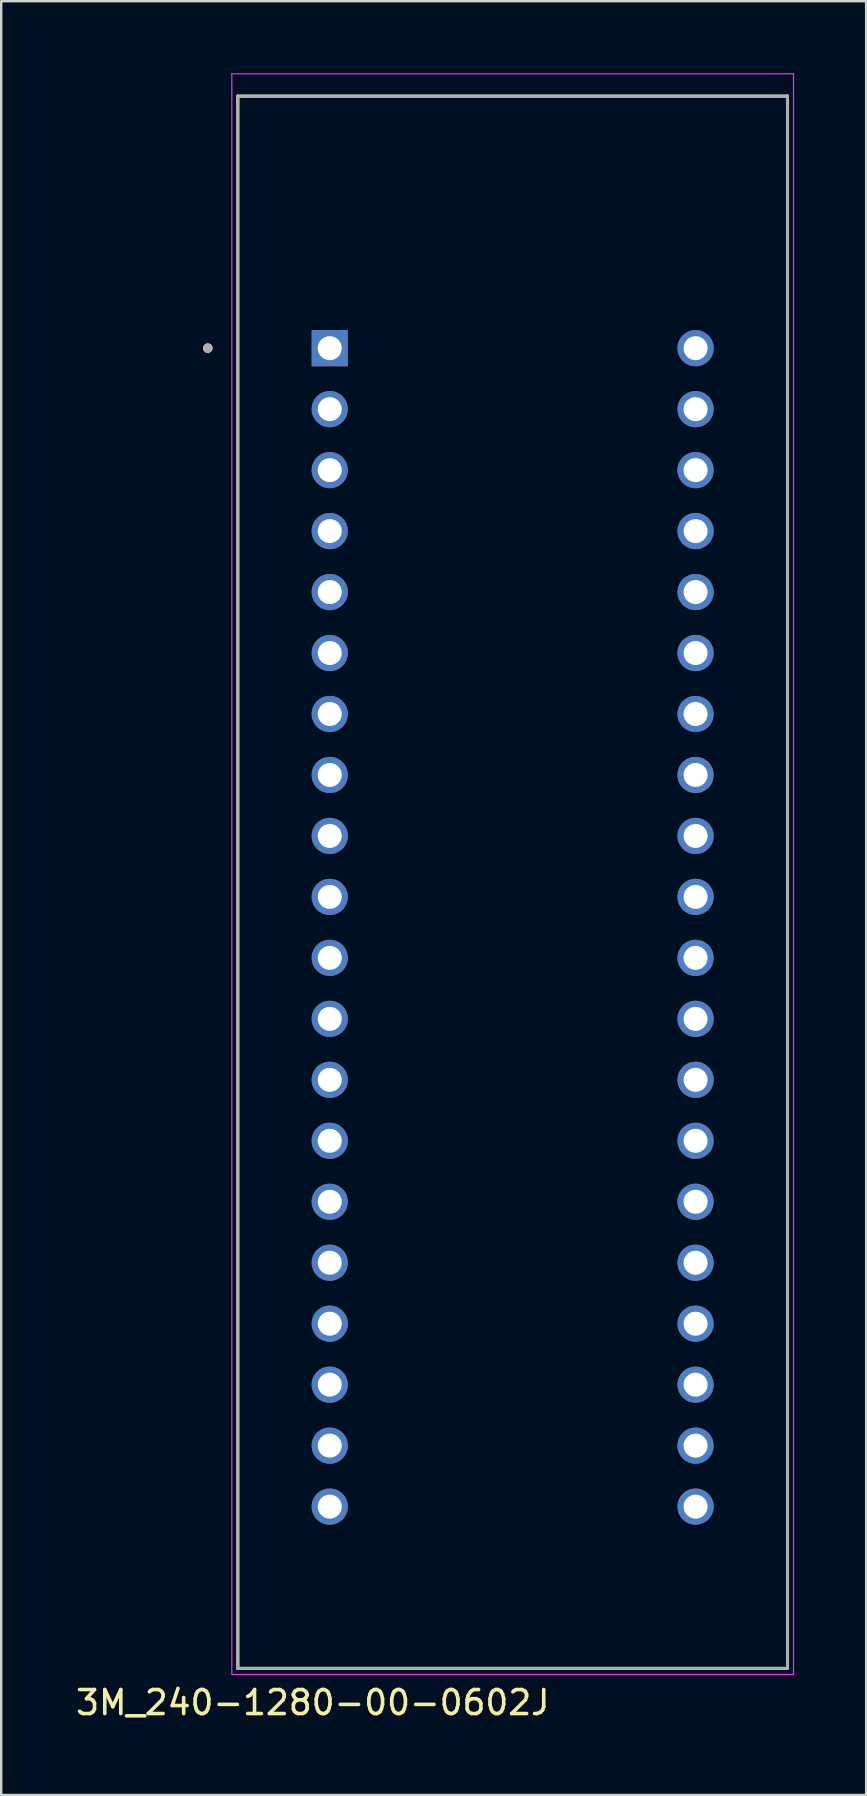
<source format=kicad_pcb>
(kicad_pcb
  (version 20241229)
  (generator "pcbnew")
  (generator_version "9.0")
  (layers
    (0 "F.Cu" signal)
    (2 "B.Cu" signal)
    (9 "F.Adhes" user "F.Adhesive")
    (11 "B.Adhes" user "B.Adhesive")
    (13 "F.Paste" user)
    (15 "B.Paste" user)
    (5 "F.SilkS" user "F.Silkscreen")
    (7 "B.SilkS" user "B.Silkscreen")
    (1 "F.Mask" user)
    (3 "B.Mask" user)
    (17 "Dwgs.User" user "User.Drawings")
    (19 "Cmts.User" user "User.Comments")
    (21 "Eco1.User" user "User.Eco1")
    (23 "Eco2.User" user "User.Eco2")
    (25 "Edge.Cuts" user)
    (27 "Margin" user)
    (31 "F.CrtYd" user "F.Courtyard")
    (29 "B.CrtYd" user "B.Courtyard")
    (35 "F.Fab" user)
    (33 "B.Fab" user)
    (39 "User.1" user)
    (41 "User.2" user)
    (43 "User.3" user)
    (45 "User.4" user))
  (footprint "3M_240-1280-00-0602J"
    (layer "F.Cu")
    (at 18.307 35.585)
    (property "Reference" "3M_240-1280-00-0602J" (at -8.325 32.295 0) (layer "F.SilkS") (effects (font (size 1 1) (thickness 0.15))))
    (attr through_hole)
    (fp_line (start -11.45 -34.63) (end -11.45 30.87) (stroke (width 0.127) (type solid)) (layer "F.SilkS"))
    (fp_line (start -11.45 30.87) (end 11.45 30.87) (stroke (width 0.127) (type solid)) (layer "F.SilkS"))
    (fp_line (start 11.45 -34.63) (end -11.45 -34.63) (stroke (width 0.127) (type solid)) (layer "F.SilkS"))
    (fp_line (start 11.45 30.87) (end 11.45 -34.63) (stroke (width 0.127) (type solid)) (layer "F.SilkS"))
    (fp_circle (center -12.7 -24.13) (end -12.6 -24.13) (stroke (width 0.2) (type solid)) (fill no) (layer "F.SilkS"))
    (fp_line (start -11.7 -35.56) (end 11.7 -35.56) (stroke (width 0.05) (type solid)) (layer "F.CrtYd"))
    (fp_line (start -11.7 31.12) (end -11.7 -35.56) (stroke (width 0.05) (type solid)) (layer "F.CrtYd"))
    (fp_line (start 11.7 -35.56) (end 11.7 31.12) (stroke (width 0.05) (type solid)) (layer "F.CrtYd"))
    (fp_line (start 11.7 31.12) (end -11.7 31.12) (stroke (width 0.05) (type solid)) (layer "F.CrtYd"))
    (fp_line (start -11.45 -34.63) (end -11.45 30.87) (stroke (width 0.127) (type solid)) (layer "F.Fab"))
    (fp_line (start -11.45 30.87) (end 11.45 30.87) (stroke (width 0.127) (type solid)) (layer "F.Fab"))
    (fp_line (start 11.45 -34.63) (end -11.45 -34.63) (stroke (width 0.127) (type solid)) (layer "F.Fab"))
    (fp_line (start 11.45 30.87) (end 11.45 -34.63) (stroke (width 0.127) (type solid)) (layer "F.Fab"))
    (fp_circle (center -12.7 -24.13) (end -12.6 -24.13) (stroke (width 0.2) (type solid)) (fill no) (layer "F.Fab"))
    (pad "1" thru_hole rect (at -7.62 -24.13) (size 1.508 1.508) (drill 1) (layers "*.Cu" "*.Mask"))
    (pad "2" thru_hole circle (at -7.62 -21.59) (size 1.508 1.508) (drill 1) (layers "*.Cu" "*.Mask"))
    (pad "3" thru_hole circle (at -7.62 -19.05) (size 1.508 1.508) (drill 1) (layers "*.Cu" "*.Mask"))
    (pad "4" thru_hole circle (at -7.62 -16.51) (size 1.508 1.508) (drill 1) (layers "*.Cu" "*.Mask"))
    (pad "5" thru_hole circle (at -7.62 -13.97) (size 1.508 1.508) (drill 1) (layers "*.Cu" "*.Mask"))
    (pad "6" thru_hole circle (at -7.62 -11.43) (size 1.508 1.508) (drill 1) (layers "*.Cu" "*.Mask"))
    (pad "7" thru_hole circle (at -7.62 -8.89) (size 1.508 1.508) (drill 1) (layers "*.Cu" "*.Mask"))
    (pad "8" thru_hole circle (at -7.62 -6.35) (size 1.508 1.508) (drill 1) (layers "*.Cu" "*.Mask"))
    (pad "9" thru_hole circle (at -7.62 -3.81) (size 1.508 1.508) (drill 1) (layers "*.Cu" "*.Mask"))
    (pad "10" thru_hole circle (at -7.62 -1.27) (size 1.508 1.508) (drill 1) (layers "*.Cu" "*.Mask"))
    (pad "11" thru_hole circle (at -7.62 1.27) (size 1.508 1.508) (drill 1) (layers "*.Cu" "*.Mask"))
    (pad "12" thru_hole circle (at -7.62 3.81) (size 1.508 1.508) (drill 1) (layers "*.Cu" "*.Mask"))
    (pad "13" thru_hole circle (at -7.62 6.35) (size 1.508 1.508) (drill 1) (layers "*.Cu" "*.Mask"))
    (pad "14" thru_hole circle (at -7.62 8.89) (size 1.508 1.508) (drill 1) (layers "*.Cu" "*.Mask"))
    (pad "15" thru_hole circle (at -7.62 11.43) (size 1.508 1.508) (drill 1) (layers "*.Cu" "*.Mask"))
    (pad "16" thru_hole circle (at -7.62 13.97) (size 1.508 1.508) (drill 1) (layers "*.Cu" "*.Mask"))
    (pad "17" thru_hole circle (at -7.62 16.51) (size 1.508 1.508) (drill 1) (layers "*.Cu" "*.Mask"))
    (pad "18" thru_hole circle (at -7.62 19.05) (size 1.508 1.508) (drill 1) (layers "*.Cu" "*.Mask"))
    (pad "19" thru_hole circle (at -7.62 21.59) (size 1.508 1.508) (drill 1) (layers "*.Cu" "*.Mask"))
    (pad "20" thru_hole circle (at -7.62 24.13) (size 1.508 1.508) (drill 1) (layers "*.Cu" "*.Mask"))
    (pad "21" thru_hole circle (at 7.62 24.13) (size 1.508 1.508) (drill 1) (layers "*.Cu" "*.Mask"))
    (pad "22" thru_hole circle (at 7.62 21.59) (size 1.508 1.508) (drill 1) (layers "*.Cu" "*.Mask"))
    (pad "23" thru_hole circle (at 7.62 19.05) (size 1.508 1.508) (drill 1) (layers "*.Cu" "*.Mask"))
    (pad "24" thru_hole circle (at 7.62 16.51) (size 1.508 1.508) (drill 1) (layers "*.Cu" "*.Mask"))
    (pad "25" thru_hole circle (at 7.62 13.97) (size 1.508 1.508) (drill 1) (layers "*.Cu" "*.Mask"))
    (pad "26" thru_hole circle (at 7.62 11.43) (size 1.508 1.508) (drill 1) (layers "*.Cu" "*.Mask"))
    (pad "27" thru_hole circle (at 7.62 8.89) (size 1.508 1.508) (drill 1) (layers "*.Cu" "*.Mask"))
    (pad "28" thru_hole circle (at 7.62 6.35) (size 1.508 1.508) (drill 1) (layers "*.Cu" "*.Mask"))
    (pad "29" thru_hole circle (at 7.62 3.81) (size 1.508 1.508) (drill 1) (layers "*.Cu" "*.Mask"))
    (pad "30" thru_hole circle (at 7.62 1.27) (size 1.508 1.508) (drill 1) (layers "*.Cu" "*.Mask"))
    (pad "31" thru_hole circle (at 7.62 -1.27) (size 1.508 1.508) (drill 1) (layers "*.Cu" "*.Mask"))
    (pad "32" thru_hole circle (at 7.62 -3.81) (size 1.508 1.508) (drill 1) (layers "*.Cu" "*.Mask"))
    (pad "33" thru_hole circle (at 7.62 -6.35) (size 1.508 1.508) (drill 1) (layers "*.Cu" "*.Mask"))
    (pad "34" thru_hole circle (at 7.62 -8.89) (size 1.508 1.508) (drill 1) (layers "*.Cu" "*.Mask"))
    (pad "35" thru_hole circle (at 7.62 -11.43) (size 1.508 1.508) (drill 1) (layers "*.Cu" "*.Mask"))
    (pad "36" thru_hole circle (at 7.62 -13.97) (size 1.508 1.508) (drill 1) (layers "*.Cu" "*.Mask"))
    (pad "37" thru_hole circle (at 7.62 -16.51) (size 1.508 1.508) (drill 1) (layers "*.Cu" "*.Mask"))
    (pad "38" thru_hole circle (at 7.62 -19.05) (size 1.508 1.508) (drill 1) (layers "*.Cu" "*.Mask"))
    (pad "39" thru_hole circle (at 7.62 -21.59) (size 1.508 1.508) (drill 1) (layers "*.Cu" "*.Mask"))
    (pad "40" thru_hole circle (at 7.62 -24.13) (size 1.508 1.508) (drill 1) (layers "*.Cu" "*.Mask")))
  (gr_rect
    (start -3 -3)
    (end 33.032 71.728)
    (stroke (width 0.1) (type default))
    (fill no)
    (layer "Edge.Cuts")))
</source>
